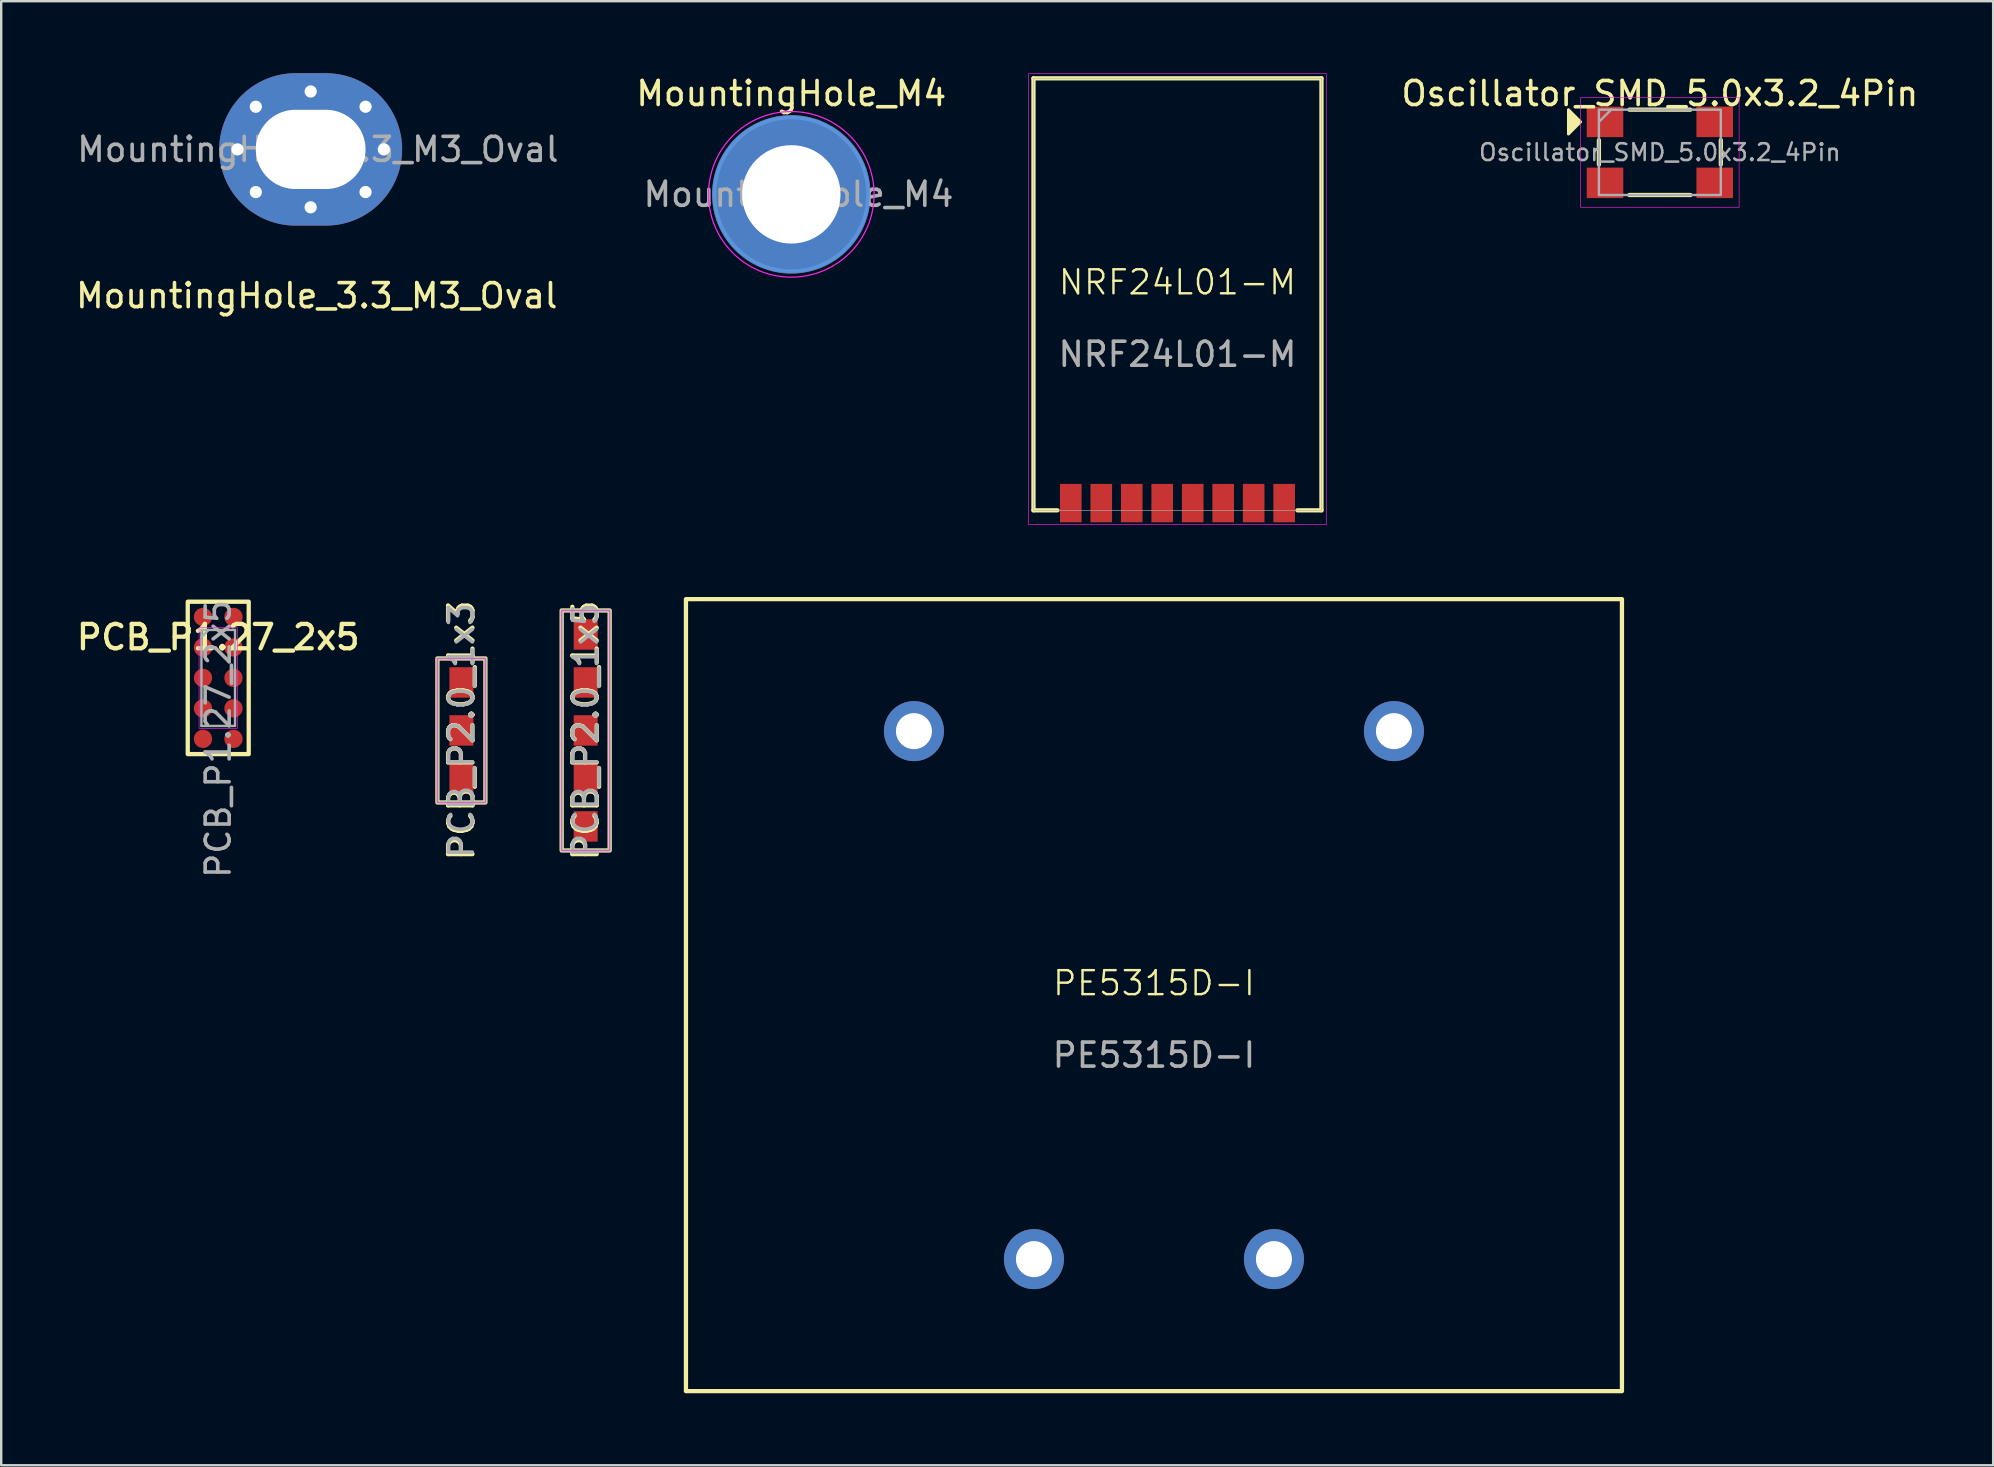
<source format=kicad_pcb>
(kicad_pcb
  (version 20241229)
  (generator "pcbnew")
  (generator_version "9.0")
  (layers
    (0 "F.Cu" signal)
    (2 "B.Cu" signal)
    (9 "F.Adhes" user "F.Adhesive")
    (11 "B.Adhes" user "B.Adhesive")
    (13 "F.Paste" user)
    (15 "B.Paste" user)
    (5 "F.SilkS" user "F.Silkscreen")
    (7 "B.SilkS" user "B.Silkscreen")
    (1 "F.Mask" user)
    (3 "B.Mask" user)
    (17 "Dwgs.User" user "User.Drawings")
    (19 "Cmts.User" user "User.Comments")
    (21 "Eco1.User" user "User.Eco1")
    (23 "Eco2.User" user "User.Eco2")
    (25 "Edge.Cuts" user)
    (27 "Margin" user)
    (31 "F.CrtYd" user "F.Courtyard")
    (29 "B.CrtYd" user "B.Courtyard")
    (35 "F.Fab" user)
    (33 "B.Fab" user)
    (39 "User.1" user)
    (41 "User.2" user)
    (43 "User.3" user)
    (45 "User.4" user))
  (footprint "MountingHole_M4"
    (layer "F.Cu")
    (at 29.921 5.048)
    (property "Reference" "MountingHole_M4" (at 0 -4.2 0) (layer "F.SilkS") (effects (font (size 1 1) (thickness 0.15))))
    (attr through_hole)
    (fp_circle (center 0 0) (end 3.2 0) (stroke (width 0.15) (type solid)) (fill no) (layer "Cmts.User"))
    (fp_circle (center 0 0) (end 3.45 0) (stroke (width 0.05) (type solid)) (fill no) (layer "F.CrtYd"))
    (fp_text user "${REFERENCE}" (at 0.3 0 0) (layer "F.Fab") (effects (font (size 1 1) (thickness 0.15))))
    (pad "1" thru_hole circle (at 0 0) (size 6.6 6.6) (drill 4.1) (layers "*.Cu" "*.Mask")))
  (footprint "PCB_P1.27_2x5"
    (layer "F.Cu")
    (at 6.043 25.196)
    (property "Reference" "PCB_P1.27_2x5" (at 0 -1.695 0) (layer "F.SilkS") (effects (font (size 1.016 1.016) (thickness 0.178))))
    (attr smd)
    (fp_rect (start -1.27 -3.175) (end 1.27 3.175) (stroke (width 0.178) (type default)) (fill no) (layer "F.SilkS"))
    (fp_rect (start -0.8 -2.1) (end 0.8 2.1) (stroke (width 0.025) (type solid)) (fill no) (layer "F.CrtYd"))
    (fp_line (start -0.7 -2) (end -0.7 2) (stroke (width 0.1) (type solid)) (layer "F.Fab"))
    (fp_line (start -0.7 2) (end 0.7 2) (stroke (width 0.1) (type solid)) (layer "F.Fab"))
    (fp_line (start -0.4 -2) (end -0.7 -1.7) (stroke (width 0.1) (type solid)) (layer "F.Fab"))
    (fp_line (start 0.7 -2) (end -0.7 -2) (stroke (width 0.1) (type solid)) (layer "F.Fab"))
    (fp_line (start 0.7 2) (end 0.7 -2) (stroke (width 0.1) (type solid)) (layer "F.Fab"))
    (fp_text user "${REFERENCE}" (at 0 2.54 90) (layer "F.Fab") (effects (font (size 1 1) (thickness 0.15))))
    (pad "1" smd oval (at -0.635 -2.54) (size 0.762 0.762) (layers "F.Cu" "F.Mask" "F.Paste"))
    (pad "2" smd oval (at 0.635 -2.54) (size 0.762 0.762) (layers "F.Cu" "F.Mask" "F.Paste"))
    (pad "3" smd oval (at -0.635 -1.27) (size 0.762 0.762) (layers "F.Cu" "F.Mask" "F.Paste"))
    (pad "4" smd oval (at 0.635 -1.27) (size 0.762 0.762) (layers "F.Cu" "F.Mask" "F.Paste"))
    (pad "5" smd oval (at -0.635 0) (size 0.762 0.762) (layers "F.Cu" "F.Mask" "F.Paste"))
    (pad "6" smd oval (at 0.635 0) (size 0.762 0.762) (layers "F.Cu" "F.Mask" "F.Paste"))
    (pad "7" smd oval (at -0.635 1.27) (size 0.762 0.762) (layers "F.Cu" "F.Mask" "F.Paste"))
    (pad "8" smd oval (at 0.635 1.27) (size 0.762 0.762) (layers "F.Cu" "F.Mask" "F.Paste"))
    (pad "9" smd oval (at -0.635 2.54) (size 0.762 0.762) (layers "F.Cu" "F.Mask" "F.Paste"))
    (pad "10" smd oval (at 0.635 2.54) (size 0.762 0.762) (layers "F.Cu" "F.Mask" "F.Paste")))
  (footprint "PE5315D-I"
    (layer "F.Cu")
    (at 45.031 38.414)
    (property "Reference" "PE5315D-I" (at 0 -0.5 0) (unlocked yes) (layer "F.SilkS") (effects (font (size 1 1) (thickness 0.1))))
    (attr through_hole)
    (fp_rect (start -19.5 -16.5) (end 19.5 16.5) (stroke (width 0.178) (type solid)) (fill no) (layer "F.SilkS"))
    (fp_text user "${REFERENCE}" (at 0 2.5 0) (unlocked yes) (layer "F.Fab") (effects (font (size 1 1) (thickness 0.15))))
    (pad "1" thru_hole circle (at -10 -11) (size 2.5 2.5) (drill 1.5) (layers "*.Cu" "*.Mask"))
    (pad "5" thru_hole circle (at 10 -11) (size 2.5 2.5) (drill 1.5) (layers "*.Cu" "*.Mask"))
    (pad "7" thru_hole circle (at -5 11) (size 2.5 2.5) (drill 1.5) (layers "*.Cu" "*.Mask"))
    (pad "9" thru_hole circle (at 5 11) (size 2.5 2.5) (drill 1.5) (layers "*.Cu" "*.Mask")))
  (footprint "Oscillator_SMD_5.0x3.2_4Pin"
    (layer "F.Cu")
    (at 66.111 3.298)
    (property "Reference" "Oscillator_SMD_5.0x3.2_4Pin" (at 0 -2.45 0) (layer "F.SilkS") (effects (font (size 1 1) (thickness 0.15))))
    (attr smd)
    (fp_line (start -2.54 0.508) (end -2.54 -0.508) (stroke (width 0.178) (type solid)) (layer "F.SilkS"))
    (fp_line (start -1.27 -1.778) (end 1.27 -1.778) (stroke (width 0.178) (type solid)) (layer "F.SilkS"))
    (fp_line (start -1.27 1.778) (end 1.27 1.778) (stroke (width 0.178) (type solid)) (layer "F.SilkS"))
    (fp_line (start 2.54 -0.508) (end 2.54 0.508) (stroke (width 0.178) (type solid)) (layer "F.SilkS"))
    (fp_poly (pts (xy -3.302 -1.27) (xy -3.81 -0.762) (xy -3.81 -1.778)) (stroke (width 0.12) (type solid)) (fill yes) (layer "F.SilkS"))
    (fp_rect (start -3.302 -2.286) (end 3.302 2.286) (stroke (width 0.025) (type solid)) (fill no) (layer "F.CrtYd"))
    (fp_line (start -2.54 -1.27) (end -2.032 -1.778) (stroke (width 0.1) (type solid)) (layer "F.Fab"))
    (fp_rect (start -2.54 1.778) (end 2.54 -1.778) (stroke (width 0.1) (type solid)) (fill no) (layer "F.Fab"))
    (fp_text user "${REFERENCE}" (at 0 0 0) (layer "F.Fab") (effects (font (size 0.7 0.7) (thickness 0.105))))
    (pad "1" smd rect (at -2.286 -1.27) (size 1.524 1.27) (layers "F.Cu" "F.Mask" "F.Paste"))
    (pad "2" smd rect (at -2.286 1.27) (size 1.524 1.27) (layers "F.Cu" "F.Mask" "F.Paste"))
    (pad "3" smd rect (at 2.286 1.27) (size 1.524 1.27) (layers "F.Cu" "F.Mask" "F.Paste"))
    (pad "4" smd rect (at 2.286 -1.27) (size 1.524 1.27) (layers "F.Cu" "F.Mask" "F.Paste")))
  (footprint "MountingHole_3.3_M3_Oval"
    (layer "F.Cu")
    (at 9.895 3.175)
    (property "Reference" "MountingHole_3.3_M3_Oval" (at 0.254 6.096 0) (layer "F.SilkS") (effects (font (size 1 1) (thickness 0.15))))
    (attr through_hole)
    (fp_text user "${REFERENCE}" (at 0.3 0 0) (layer "F.Fab") (effects (font (size 1 1) (thickness 0.15))))
    (pad "1" thru_hole circle (at -3.048 0) (size 0.8 0.8) (drill 0.508) (layers "*.Cu" "*.Mask"))
    (pad "1" thru_hole circle (at -2.286 -1.778) (size 0.8 0.8) (drill 0.508) (layers "*.Cu" "*.Mask"))
    (pad "1" thru_hole circle (at -2.286 1.778) (size 0.8 0.8) (drill 0.508) (layers "*.Cu" "*.Mask"))
    (pad "1" thru_hole circle (at 0 -2.413) (size 0.8 0.8) (drill 0.508) (layers "*.Cu" "*.Mask"))
    (pad "1" thru_hole oval (at 0 0) (size 7.62 6.35) (drill oval 4.572 3.302) (layers "*.Cu" "*.Mask"))
    (pad "1" thru_hole circle (at 0 2.413) (size 0.8 0.8) (drill 0.508) (layers "*.Cu" "*.Mask"))
    (pad "1" thru_hole circle (at 2.286 -1.778) (size 0.8 0.8) (drill 0.508) (layers "*.Cu" "*.Mask"))
    (pad "1" thru_hole circle (at 2.286 1.778) (size 0.8 0.8) (drill 0.508) (layers "*.Cu" "*.Mask"))
    (pad "1" thru_hole circle (at 3.048 0) (size 0.8 0.8) (drill 0.508) (layers "*.Cu" "*.Mask")))
  (footprint "NRF24L01-M"
    (layer "F.Cu")
    (at 46.011 9.213)
    (property "Reference" "NRF24L01-M" (at 0 -0.5 0) (unlocked yes) (layer "F.SilkS") (effects (font (size 1 1) (thickness 0.1))))
    (attr smd)
    (fp_line (start -6 -9) (end 6 -9) (stroke (width 0.178) (type default)) (layer "F.SilkS"))
    (fp_line (start -6 9) (end -6 -9) (stroke (width 0.178) (type default)) (layer "F.SilkS"))
    (fp_line (start -5 9) (end -6 9) (stroke (width 0.178) (type default)) (layer "F.SilkS"))
    (fp_line (start 6 -9) (end 6 9) (stroke (width 0.178) (type default)) (layer "F.SilkS"))
    (fp_line (start 6 9) (end 5 9) (stroke (width 0.178) (type default)) (layer "F.SilkS"))
    (fp_rect (start -6.2 9.6) (end 6.2 -9.2) (stroke (width 0.025) (type default)) (fill no) (layer "F.CrtYd"))
    (fp_rect (start -6 9) (end 6 -9) (stroke (width 0.025) (type default)) (fill no) (layer "F.Fab"))
    (fp_text user "${REFERENCE}" (at 0 2.5 0) (unlocked yes) (layer "F.Fab") (effects (font (size 1 1) (thickness 0.15))))
    (pad "1" smd rect (at -4.445 8.7) (size 0.9 1.6) (layers "F.Cu" "F.Mask" "F.Paste"))
    (pad "2" smd rect (at -3.175 8.7) (size 0.9 1.6) (layers "F.Cu" "F.Mask" "F.Paste"))
    (pad "3" smd rect (at -1.905 8.7) (size 0.9 1.6) (layers "F.Cu" "F.Mask" "F.Paste"))
    (pad "4" smd rect (at -0.635 8.7) (size 0.9 1.6) (layers "F.Cu" "F.Mask" "F.Paste"))
    (pad "5" smd rect (at 0.635 8.7) (size 0.9 1.6) (layers "F.Cu" "F.Mask" "F.Paste"))
    (pad "6" smd rect (at 1.905 8.7) (size 0.9 1.6) (layers "F.Cu" "F.Mask" "F.Paste"))
    (pad "7" smd rect (at 3.175 8.7) (size 0.9 1.6) (layers "F.Cu" "F.Mask" "F.Paste"))
    (pad "8" smd rect (at 4.445 8.7) (size 0.9 1.6) (layers "F.Cu" "F.Mask" "F.Paste")))
  (footprint "PCB_P2.0_1x5"
    (layer "F.Cu")
    (at 21.353 27.385)
    (property "Reference" "PCB_P2.0_1x5" (at 0 0 90) (layer "F.SilkS") (effects (font (size 1.016 1.016) (thickness 0.178))))
    (attr through_hole)
    (fp_rect (start -1 -5) (end 1 5) (stroke (width 0.178) (type solid)) (fill no) (layer "F.SilkS"))
    (fp_rect (start -1 -5) (end 1 5) (stroke (width 0.025) (type solid)) (fill no) (layer "F.CrtYd"))
    (fp_rect (start -1 -5) (end 1 5) (stroke (width 0.1) (type solid)) (fill no) (layer "F.Fab"))
    (fp_text user "${REFERENCE}" (at 0 0 90) (layer "F.Fab") (effects (font (size 1 1) (thickness 0.15))))
    (pad "1" smd rect (at 0 -4) (size 1 1.27) (layers "F.Cu" "F.Mask" "F.Paste"))
    (pad "2" smd rect (at 0 -2) (size 1 1.27) (layers "F.Cu" "F.Mask" "F.Paste"))
    (pad "3" smd rect (at 0 0) (size 1 1.27) (layers "F.Cu" "F.Mask" "F.Paste"))
    (pad "4" smd rect (at 0 2) (size 1 1.27) (layers "F.Cu" "F.Mask" "F.Paste"))
    (pad "5" smd rect (at 0 4) (size 1 1.27) (layers "F.Cu" "F.Mask" "F.Paste")))
  (footprint "PCB_P2.0_1x3"
    (layer "F.Cu")
    (at 16.176 27.385)
    (property "Reference" "PCB_P2.0_1x3" (at 0 0 90) (layer "F.SilkS") (effects (font (size 1.016 1.016) (thickness 0.178))))
    (attr through_hole)
    (fp_rect (start -1 -3) (end 1 3) (stroke (width 0.178) (type solid)) (fill no) (layer "F.SilkS"))
    (fp_rect (start -1 -3) (end 1 3) (stroke (width 0.025) (type solid)) (fill no) (layer "F.CrtYd"))
    (fp_rect (start -1 -3) (end 1 3) (stroke (width 0.1) (type solid)) (fill no) (layer "F.Fab"))
    (fp_text user "${REFERENCE}" (at 0 0 90) (layer "F.Fab") (effects (font (size 1 1) (thickness 0.15))))
    (pad "1" smd rect (at 0 -2) (size 1 1.27) (layers "F.Cu" "F.Mask" "F.Paste"))
    (pad "2" smd rect (at 0 0) (size 1 1.27) (layers "F.Cu" "F.Mask" "F.Paste"))
    (pad "3" smd rect (at 0 2) (size 1 1.27) (layers "F.Cu" "F.Mask" "F.Paste")))
  (gr_rect
    (start -3 -3)
    (end 79.998 58.003)
    (stroke (width 0.1) (type default))
    (fill no)
    (layer "Edge.Cuts")))
</source>
